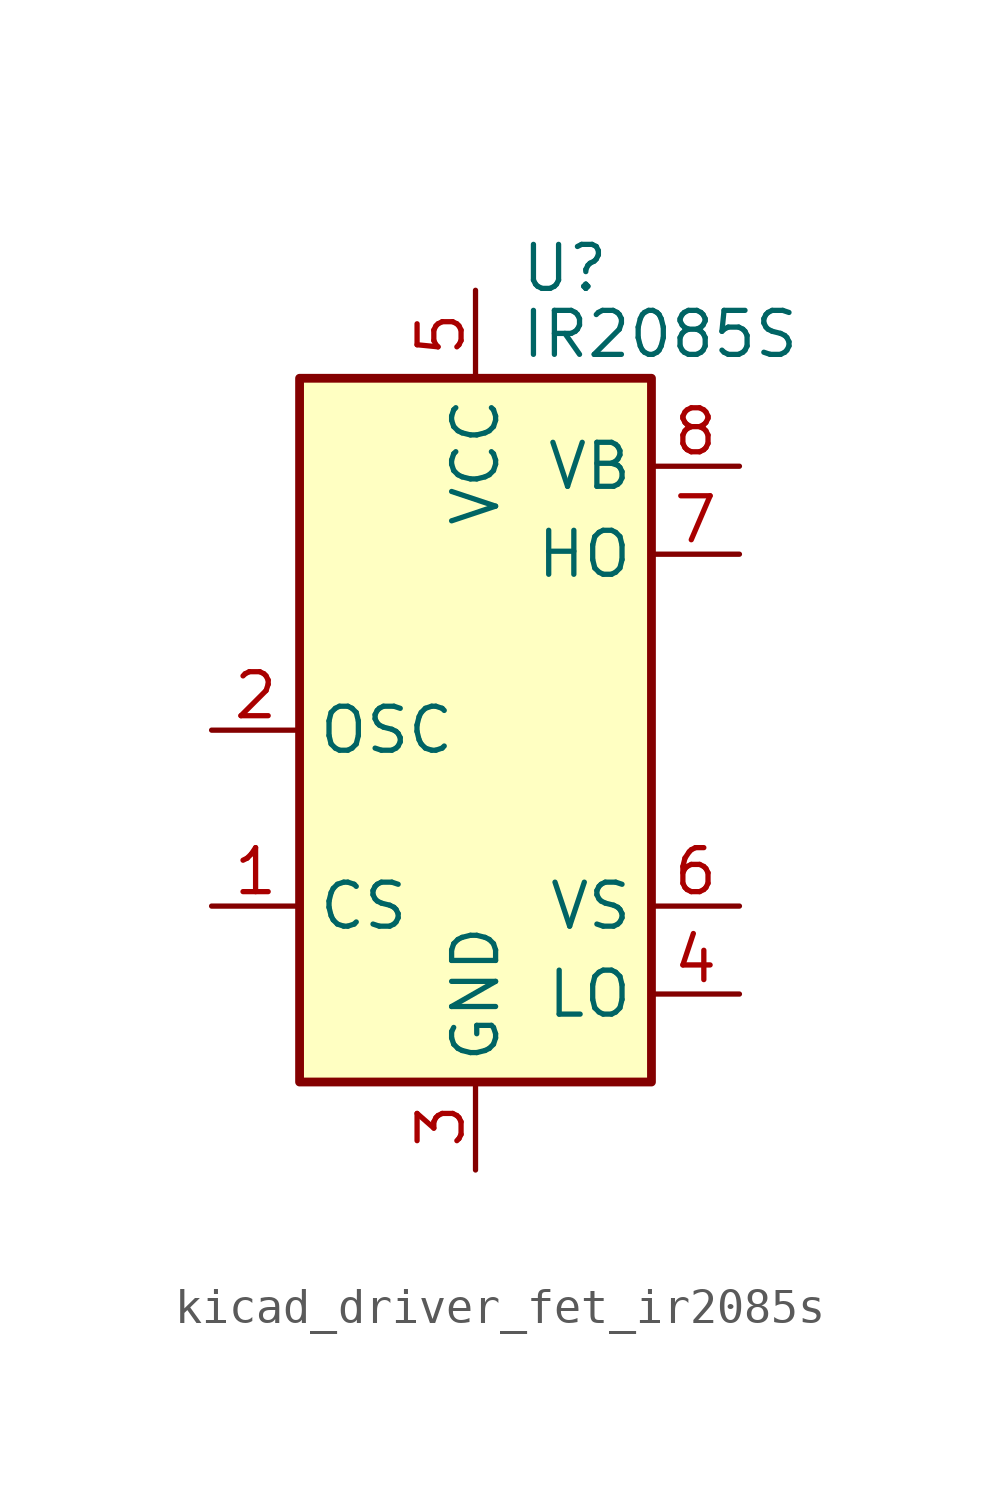
<source format=kicad_sym>
(kicad_symbol_lib
  (version 20220914)
  (generator kicad_symbol_editor)
  (symbol "kicad_driver_fet_ir2085s"
    (property "Reference" "U"
      (at 1.27 13.335 0)
      (effects (font (size 1.27 1.27)) (justify left)))
    (property "Value" "IR2085S"
      (at 1.27 11.43 0)
      (effects (font (size 1.27 1.27)) (justify left)))
    (symbol "kicad_driver_fet_ir2085s_0_1"
      (rectangle (start -5.08 -10.16) (end 5.08 10.16) (stroke (width 0.254) (type default)) (fill (type background))))
    (symbol "kicad_driver_fet_ir2085s_1_1"
      (pin input line (at -7.62 -5.08 0) (length 2.54) (name "CS" (effects (font (size 1.27 1.27)))) (number "1" (effects (font (size 1.27 1.27)))))
      (pin passive line (at -7.62 0 0) (length 2.54) (name "OSC" (effects (font (size 1.27 1.27)))) (number "2" (effects (font (size 1.27 1.27)))))
      (pin power_in line (at 0 -12.7 90) (length 2.54) (name "GND" (effects (font (size 1.27 1.27)))) (number "3" (effects (font (size 1.27 1.27)))))
      (pin output line (at 7.62 -7.62 180) (length 2.54) (name "LO" (effects (font (size 1.27 1.27)))) (number "4" (effects (font (size 1.27 1.27)))))
      (pin power_in line (at 0 12.7 270) (length 2.54) (name "VCC" (effects (font (size 1.27 1.27)))) (number "5" (effects (font (size 1.27 1.27)))))
      (pin passive line (at 7.62 -5.08 180) (length 2.54) (name "VS" (effects (font (size 1.27 1.27)))) (number "6" (effects (font (size 1.27 1.27)))))
      (pin output line (at 7.62 5.08 180) (length 2.54) (name "HO" (effects (font (size 1.27 1.27)))) (number "7" (effects (font (size 1.27 1.27)))))
      (pin passive line (at 7.62 7.62 180) (length 2.54) (name "VB" (effects (font (size 1.27 1.27)))) (number "8" (effects (font (size 1.27 1.27))))))))
</source>
